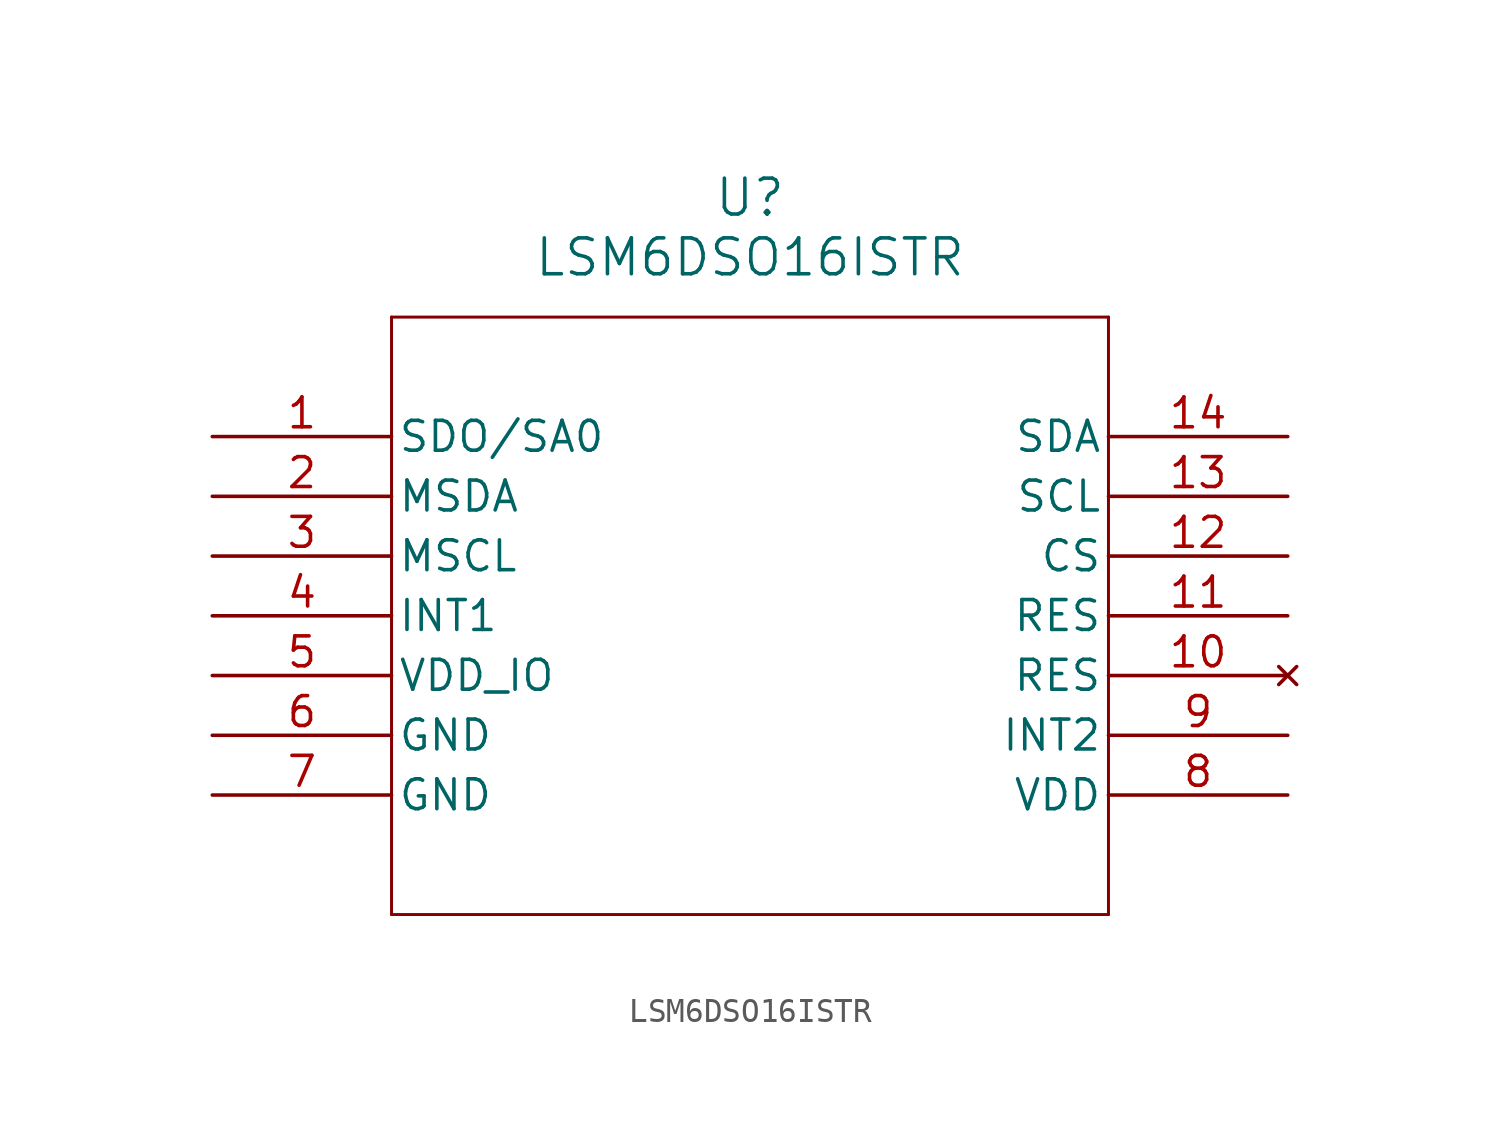
<source format=kicad_sym>
(kicad_symbol_lib
  (version 20211014)
  (generator kicad_symbol_editor)
  (symbol "LSM6DSO16ISTR"
    (pin_names
      (offset 0.254))
    (property "Reference" "U"
      (at 22.86 10.16 0)
      (effects (font (size 1.524 1.524))))
    (property "Value" "LSM6DSO16ISTR"
      (at 22.86 7.62 0)
      (effects (font (size 1.524 1.524))))
    (symbol "LSM6DSO16ISTR_0_1"
      (polyline (pts (xy 7.62 5.08) (xy 7.62 -20.32)) (stroke (width 0.127) (type default) (color 0 0 0 0)) (fill (type none)))
      (polyline (pts (xy 7.62 -20.32) (xy 38.1 -20.32)) (stroke (width 0.127) (type default) (color 0 0 0 0)) (fill (type none)))
      (polyline (pts (xy 38.1 -20.32) (xy 38.1 5.08)) (stroke (width 0.127) (type default) (color 0 0 0 0)) (fill (type none)))
      (polyline (pts (xy 38.1 5.08) (xy 7.62 5.08)) (stroke (width 0.127) (type default) (color 0 0 0 0)) (fill (type none)))
      (pin output line (at 0 0 0) (length 7.62) (name "SDO/SA0" (effects (font (size 1.27 1.27)))) (number "1" (effects (font (size 1.27 1.27)))))
      (pin unspecified line (at 0 -2.54 0) (length 7.62) (name "MSDA" (effects (font (size 1.27 1.27)))) (number "2" (effects (font (size 1.27 1.27)))))
      (pin unspecified line (at 0 -5.08 0) (length 7.62) (name "MSCL" (effects (font (size 1.27 1.27)))) (number "3" (effects (font (size 1.27 1.27)))))
      (pin unspecified line (at 0 -7.62 0) (length 7.62) (name "INT1" (effects (font (size 1.27 1.27)))) (number "4" (effects (font (size 1.27 1.27)))))
      (pin power_in line (at 0 -10.16 0) (length 7.62) (name "VDD_IO" (effects (font (size 1.27 1.27)))) (number "5" (effects (font (size 1.27 1.27)))))
      (pin power_out line (at 0 -12.7 0) (length 7.62) (name "GND" (effects (font (size 1.27 1.27)))) (number "6" (effects (font (size 1.27 1.27)))))
      (pin power_out line (at 0 -15.24 0) (length 7.62) (name "GND" (effects (font (size 1.27 1.27)))) (number "7" (effects (font (size 1.27 1.27)))))
      (pin power_in line (at 45.72 -15.24 180) (length 7.62) (name "VDD" (effects (font (size 1.27 1.27)))) (number "8" (effects (font (size 1.27 1.27)))))
      (pin unspecified line (at 45.72 -12.7 180) (length 7.62) (name "INT2" (effects (font (size 1.27 1.27)))) (number "9" (effects (font (size 1.27 1.27)))))
      (pin no_connect line (at 45.72 -10.16 180) (length 7.62) (name "RES" (effects (font (size 1.27 1.27)))) (number "10" (effects (font (size 1.27 1.27)))))
      (pin unspecified line (at 45.72 -7.62 180) (length 7.62) (name "RES" (effects (font (size 1.27 1.27)))) (number "11" (effects (font (size 1.27 1.27)))))
      (pin unspecified line (at 45.72 -5.08 180) (length 7.62) (name "CS" (effects (font (size 1.27 1.27)))) (number "12" (effects (font (size 1.27 1.27)))))
      (pin unspecified line (at 45.72 -2.54 180) (length 7.62) (name "SCL" (effects (font (size 1.27 1.27)))) (number "13" (effects (font (size 1.27 1.27)))))
      (pin unspecified line (at 45.72 0 180) (length 7.62) (name "SDA" (effects (font (size 1.27 1.27)))) (number "14" (effects (font (size 1.27 1.27))))))))
</source>
